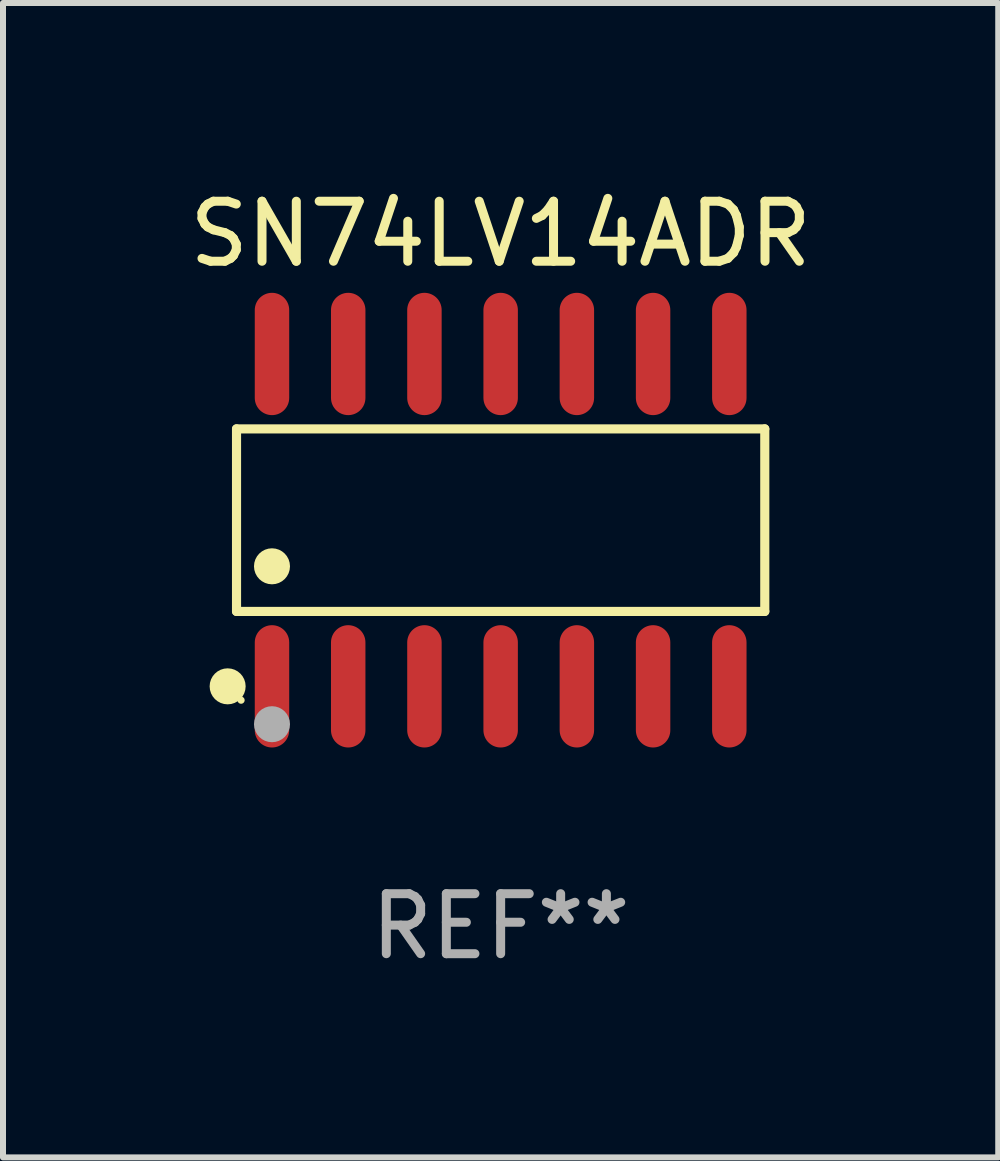
<source format=kicad_pcb>
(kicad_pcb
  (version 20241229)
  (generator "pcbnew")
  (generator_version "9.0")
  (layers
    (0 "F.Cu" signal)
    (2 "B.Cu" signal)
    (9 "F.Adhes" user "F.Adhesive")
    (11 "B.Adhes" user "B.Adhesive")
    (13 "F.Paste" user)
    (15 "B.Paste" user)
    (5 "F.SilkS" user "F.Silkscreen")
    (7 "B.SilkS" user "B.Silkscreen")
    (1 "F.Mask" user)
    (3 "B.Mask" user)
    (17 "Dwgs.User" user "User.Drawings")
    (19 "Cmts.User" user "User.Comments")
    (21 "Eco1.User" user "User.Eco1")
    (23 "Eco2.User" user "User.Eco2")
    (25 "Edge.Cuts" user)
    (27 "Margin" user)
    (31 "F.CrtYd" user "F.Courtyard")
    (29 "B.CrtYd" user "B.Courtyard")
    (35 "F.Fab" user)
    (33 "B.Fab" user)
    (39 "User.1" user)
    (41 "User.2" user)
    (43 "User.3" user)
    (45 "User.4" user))
  (footprint "SN74LV14ADR"
    (layer "F.Cu")
    (at 5.292 5.617)
    (property "Reference" "SN74LV14ADR" (at 0 -4.769 0) (layer "F.SilkS") (effects (font (size 1 1) (thickness 0.15))))
    (attr through_hole)
    (fp_line (start -4.401 -1.521) (end 4.401 -1.521) (stroke (width 0.152) (type solid)) (layer "F.SilkS"))
    (fp_line (start -4.401 1.521) (end -4.401 -1.521) (stroke (width 0.152) (type solid)) (layer "F.SilkS"))
    (fp_line (start 4.401 -1.521) (end 4.401 1.521) (stroke (width 0.152) (type solid)) (layer "F.SilkS"))
    (fp_line (start 4.401 1.521) (end -4.401 1.521) (stroke (width 0.152) (type solid)) (layer "F.SilkS"))
    (fp_circle (center -4.549 2.769) (end -4.399 2.769) (stroke (width 0.3) (type solid)) (fill no) (layer "F.SilkS"))
    (fp_circle (center -4.325 3) (end -4.295 3) (stroke (width 0.06) (type solid)) (fill no) (layer "F.SilkS"))
    (fp_circle (center -3.81 0.769) (end -3.66 0.769) (stroke (width 0.3) (type solid)) (fill no) (layer "F.SilkS"))
    (fp_circle (center -3.81 3.4) (end -3.66 3.4) (stroke (width 0.3) (type solid)) (fill no) (layer "F.Fab"))
    (fp_text user "REF**" (at 0 6.769 0) (layer "F.Fab") (effects (font (size 1 1) (thickness 0.15))))
    (pad "1" smd oval (at -3.81 2.769) (size 0.574 2.038) (layers "F.Cu" "F.Mask" "F.Paste"))
    (pad "2" smd oval (at -2.54 2.769) (size 0.574 2.038) (layers "F.Cu" "F.Mask" "F.Paste"))
    (pad "3" smd oval (at -1.27 2.769) (size 0.574 2.038) (layers "F.Cu" "F.Mask" "F.Paste"))
    (pad "4" smd oval (at 0 2.769) (size 0.574 2.038) (layers "F.Cu" "F.Mask" "F.Paste"))
    (pad "5" smd oval (at 1.27 2.769) (size 0.574 2.038) (layers "F.Cu" "F.Mask" "F.Paste"))
    (pad "6" smd oval (at 2.54 2.769) (size 0.574 2.038) (layers "F.Cu" "F.Mask" "F.Paste"))
    (pad "7" smd oval (at 3.81 2.769) (size 0.574 2.038) (layers "F.Cu" "F.Mask" "F.Paste"))
    (pad "8" smd oval (at 3.81 -2.769) (size 0.574 2.038) (layers "F.Cu" "F.Mask" "F.Paste"))
    (pad "9" smd oval (at 2.54 -2.769) (size 0.574 2.038) (layers "F.Cu" "F.Mask" "F.Paste"))
    (pad "10" smd oval (at 1.27 -2.769) (size 0.574 2.038) (layers "F.Cu" "F.Mask" "F.Paste"))
    (pad "11" smd oval (at 0 -2.769) (size 0.574 2.038) (layers "F.Cu" "F.Mask" "F.Paste"))
    (pad "12" smd oval (at -1.27 -2.769) (size 0.574 2.038) (layers "F.Cu" "F.Mask" "F.Paste"))
    (pad "13" smd oval (at -2.54 -2.769) (size 0.574 2.038) (layers "F.Cu" "F.Mask" "F.Paste"))
    (pad "14" smd oval (at -3.81 -2.769) (size 0.574 2.038) (layers "F.Cu" "F.Mask" "F.Paste")))
  (gr_rect
    (start -3 -3)
    (end 13.583 16.235)
    (stroke (width 0.1) (type default))
    (fill no)
    (layer "Edge.Cuts")))
</source>
